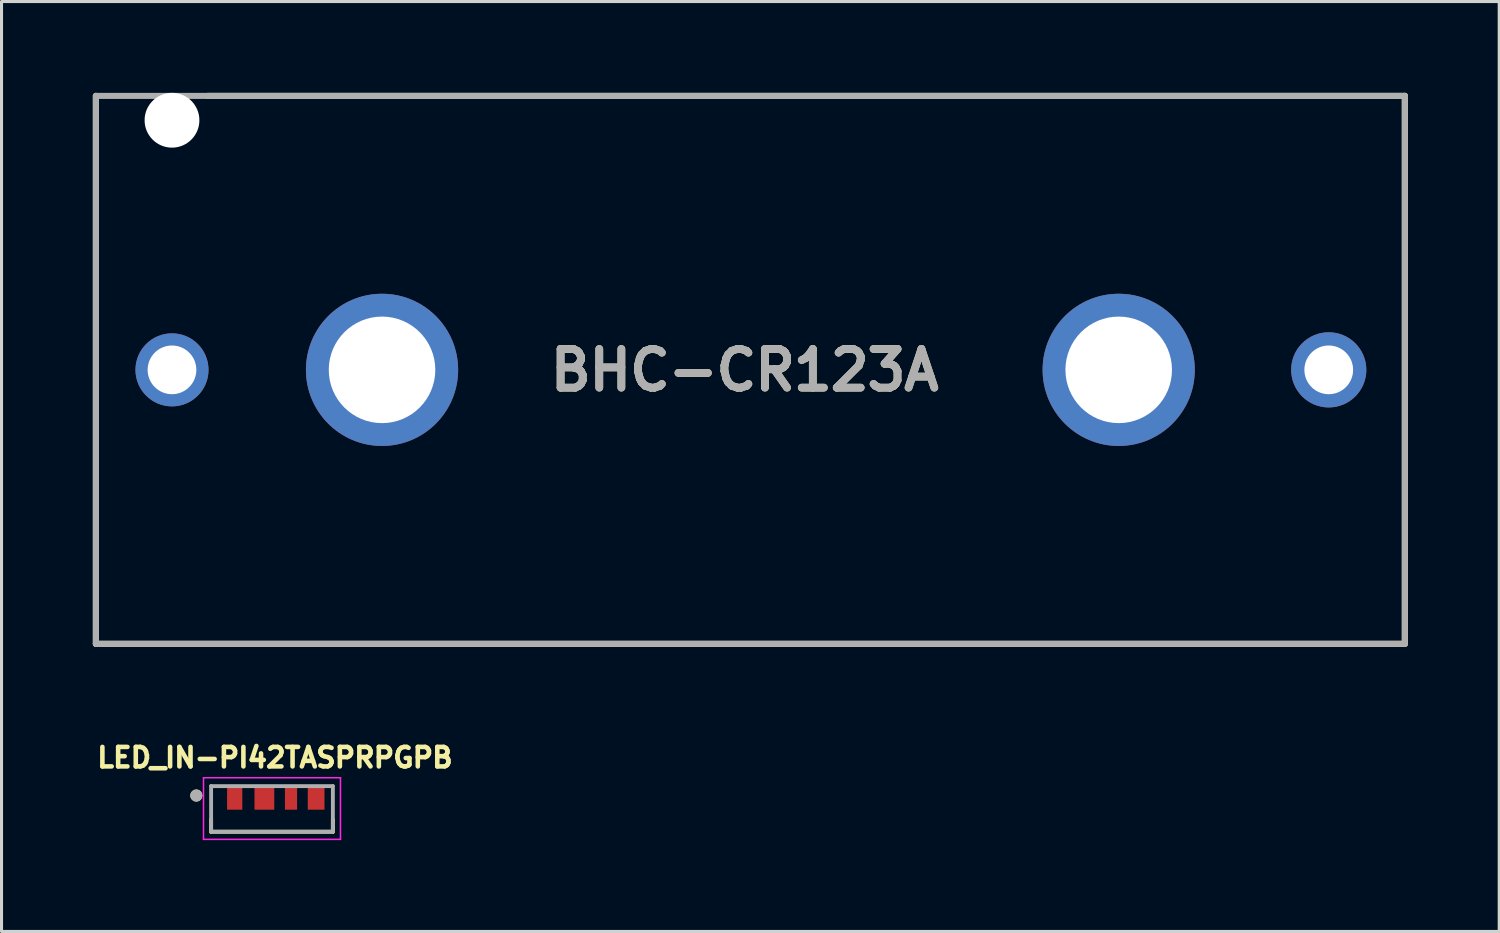
<source format=kicad_pcb>
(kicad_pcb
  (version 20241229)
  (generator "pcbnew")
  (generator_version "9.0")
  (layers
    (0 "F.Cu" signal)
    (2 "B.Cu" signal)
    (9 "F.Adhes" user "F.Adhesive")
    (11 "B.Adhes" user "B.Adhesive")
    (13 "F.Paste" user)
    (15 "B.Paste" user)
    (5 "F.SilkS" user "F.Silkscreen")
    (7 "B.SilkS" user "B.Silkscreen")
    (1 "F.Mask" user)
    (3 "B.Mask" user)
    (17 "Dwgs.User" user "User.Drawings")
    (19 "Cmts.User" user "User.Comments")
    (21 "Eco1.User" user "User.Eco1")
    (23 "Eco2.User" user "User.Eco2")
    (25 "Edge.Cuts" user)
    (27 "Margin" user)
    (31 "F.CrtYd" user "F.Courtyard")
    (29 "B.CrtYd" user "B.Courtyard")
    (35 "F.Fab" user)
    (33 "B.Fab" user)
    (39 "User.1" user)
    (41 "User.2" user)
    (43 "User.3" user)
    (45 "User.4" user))
  (footprint "LED_IN-PI42TASPRPGPB"
    (layer "F.Cu")
    (at 5.885 23.524)
    (property "Reference" "LED_IN-PI42TASPRPGPB" (at 0.097 -1.686 0) (layer "F.SilkS") (effects (font (size 0.64 0.64) (thickness 0.15))))
    (attr through_hole)
    (fp_line (start -2 0.35) (end -2 0.75) (stroke (width 0.127) (type solid)) (layer "F.SilkS"))
    (fp_line (start -2 0.75) (end 2 0.75) (stroke (width 0.127) (type solid)) (layer "F.SilkS"))
    (fp_line (start 2 0.75) (end 2 0.35) (stroke (width 0.127) (type solid)) (layer "F.SilkS"))
    (fp_circle (center -2.485 -0.44) (end -2.385 -0.44) (stroke (width 0.2) (type solid)) (fill no) (layer "F.SilkS"))
    (fp_line (start -2.25 -1.025) (end 2.25 -1.025) (stroke (width 0.05) (type solid)) (layer "F.CrtYd"))
    (fp_line (start -2.25 1) (end -2.25 -1.025) (stroke (width 0.05) (type solid)) (layer "F.CrtYd"))
    (fp_line (start 2.25 -1.025) (end 2.25 1) (stroke (width 0.05) (type solid)) (layer "F.CrtYd"))
    (fp_line (start 2.25 1) (end -2.25 1) (stroke (width 0.05) (type solid)) (layer "F.CrtYd"))
    (fp_line (start -2 -0.75) (end 2 -0.75) (stroke (width 0.127) (type solid)) (layer "F.Fab"))
    (fp_line (start -2 0.75) (end -2 -0.75) (stroke (width 0.127) (type solid)) (layer "F.Fab"))
    (fp_line (start 2 -0.75) (end 2 0.75) (stroke (width 0.127) (type solid)) (layer "F.Fab"))
    (fp_line (start 2 0.75) (end -2 0.75) (stroke (width 0.127) (type solid)) (layer "F.Fab"))
    (fp_circle (center -2.485 -0.44) (end -2.385 -0.44) (stroke (width 0.2) (type solid)) (fill no) (layer "F.Fab"))
    (pad "1" smd rect (at -1.225 -0.375) (size 0.5 0.8) (layers "F.Cu" "F.Mask" "F.Paste"))
    (pad "2" smd rect (at -0.25 -0.375) (size 0.65 0.8) (layers "F.Cu" "F.Mask" "F.Paste"))
    (pad "3" smd rect (at 0.625 -0.375) (size 0.4 0.8) (layers "F.Cu" "F.Mask" "F.Paste"))
    (pad "4" smd rect (at 1.45 -0.375) (size 0.55 0.8) (layers "F.Cu" "F.Mask" "F.Paste")))
  (footprint "BHC-CR123A"
    (layer "F.Cu")
    (at 21.6 9.1)
    (property "Reference" "BHC-CR123A" (at -0.186 0.01 0) (layer "F.SilkS") (effects (font (size 1.27 1.27) (thickness 0.254))))
    (attr through_hole)
    (fp_line (start -21.5 -9) (end -21.5 9) (stroke (width 0.2) (type solid)) (layer "F.SilkS"))
    (fp_line (start -21.5 9) (end 21.5 9) (stroke (width 0.2) (type solid)) (layer "F.SilkS"))
    (fp_line (start 21.5 -9) (end -17.828 -9) (stroke (width 0.2) (type solid)) (layer "F.SilkS"))
    (fp_line (start 21.5 9) (end 21.5 -9) (stroke (width 0.2) (type solid)) (layer "F.SilkS"))
    (fp_line (start -21.5 -9) (end 21.5 -9) (stroke (width 0.2) (type solid)) (layer "F.Fab"))
    (fp_line (start -21.5 9) (end -21.5 -9) (stroke (width 0.2) (type solid)) (layer "F.Fab"))
    (fp_line (start 21.5 -9) (end 21.5 9) (stroke (width 0.2) (type solid)) (layer "F.Fab"))
    (fp_line (start 21.5 9) (end -21.5 9) (stroke (width 0.2) (type solid)) (layer "F.Fab"))
    (fp_text user "${REFERENCE}" (at -0.186 0.01 0) (layer "F.Fab") (effects (font (size 1.27 1.27) (thickness 0.254))))
    (pad "" np_thru_hole circle (at -19 -8.2) (size 1.8 1.8) (drill 1.8) (layers "*.Cu" "*.Mask"))
    (pad "1" thru_hole circle (at -19 0) (size 2.4 2.4) (drill 1.6) (layers "*.Cu" "*.Mask"))
    (pad "2" thru_hole circle (at 19 0) (size 2.47 2.47) (drill 1.6) (layers "*.Cu" "*.Mask"))
    (pad "3" thru_hole circle (at 12.1 0) (size 5 5) (drill 3.5) (layers "*.Cu" "*.Mask"))
    (pad "4" thru_hole circle (at -12.1 0) (size 5 5) (drill 3.5) (layers "*.Cu" "*.Mask")))
  (gr_rect
    (start -3 -3)
    (end 46.2 27.549)
    (stroke (width 0.1) (type default))
    (fill no)
    (layer "Edge.Cuts")))
</source>
